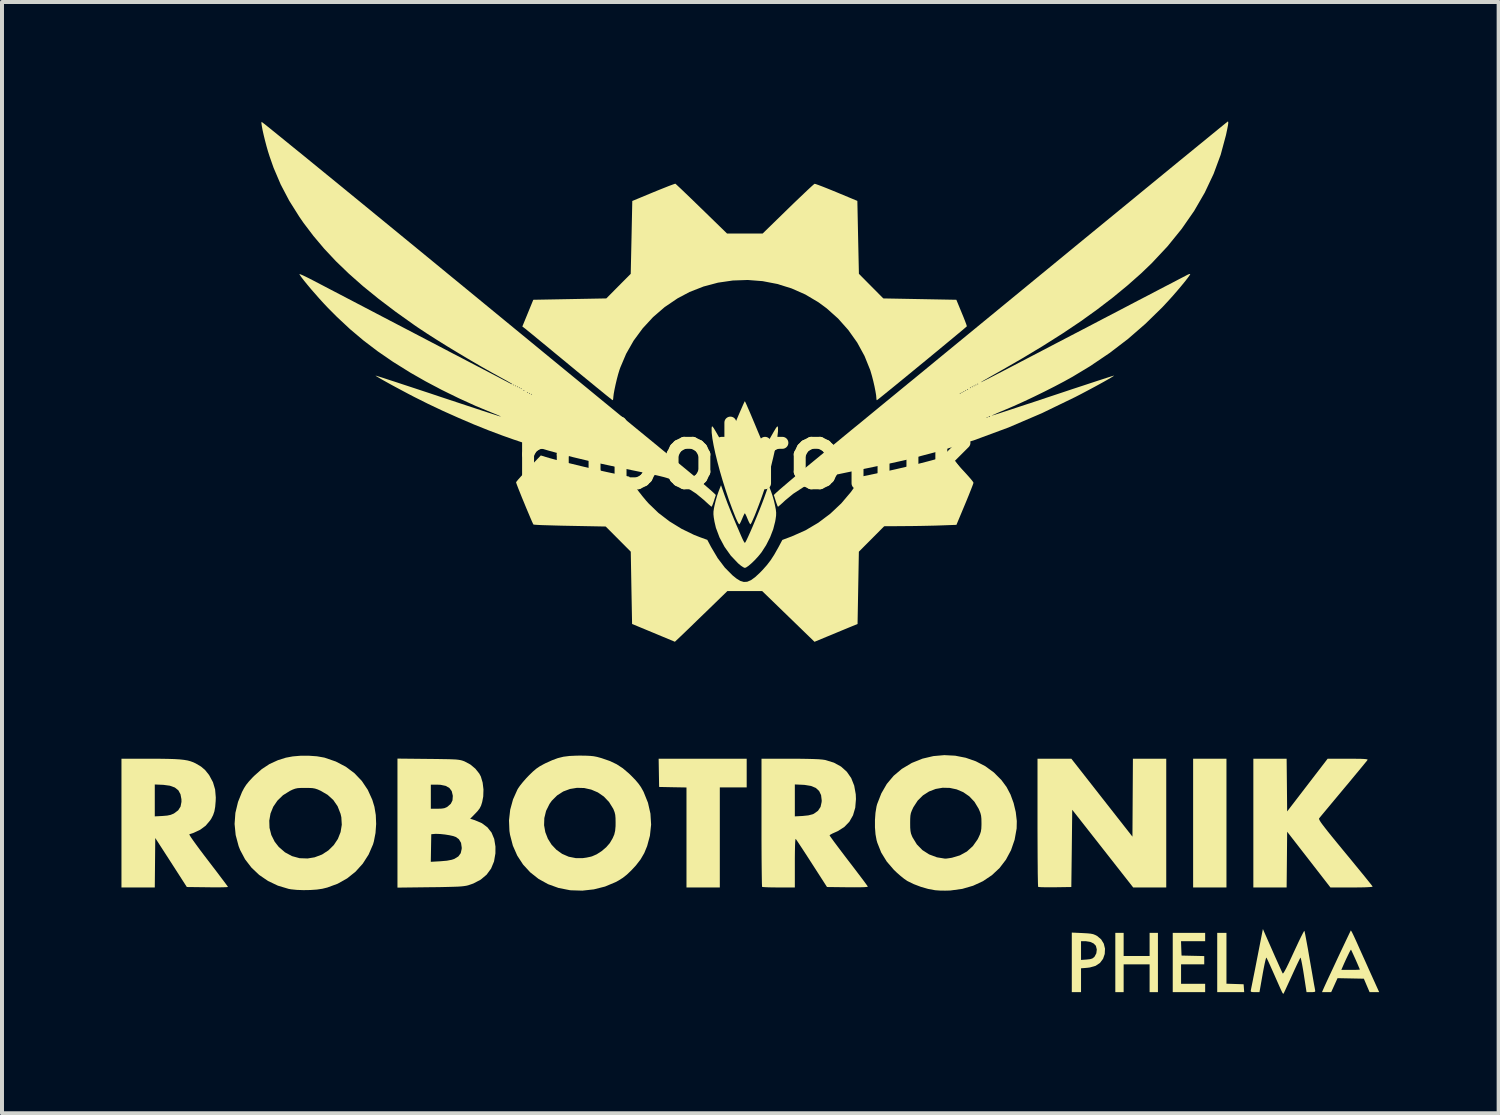
<source format=kicad_pcb>
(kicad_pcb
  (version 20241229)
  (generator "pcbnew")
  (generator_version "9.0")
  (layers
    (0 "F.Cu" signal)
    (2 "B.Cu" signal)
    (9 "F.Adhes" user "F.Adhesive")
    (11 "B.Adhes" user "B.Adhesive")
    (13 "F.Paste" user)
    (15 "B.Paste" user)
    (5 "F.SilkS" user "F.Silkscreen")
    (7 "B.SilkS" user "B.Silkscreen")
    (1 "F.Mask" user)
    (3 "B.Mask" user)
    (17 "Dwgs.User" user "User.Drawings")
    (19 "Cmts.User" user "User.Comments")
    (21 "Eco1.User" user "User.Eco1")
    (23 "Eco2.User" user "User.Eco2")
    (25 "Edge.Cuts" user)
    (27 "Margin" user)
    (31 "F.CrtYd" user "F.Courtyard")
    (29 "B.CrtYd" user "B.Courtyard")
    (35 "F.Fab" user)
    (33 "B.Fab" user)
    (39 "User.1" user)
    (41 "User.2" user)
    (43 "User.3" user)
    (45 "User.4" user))
  (footprint "robotronik"
    (layer "F.Cu")
    (at 15.654 8.397)
    (property "Reference" "robotronik" (at 0 0 0) (layer "F.SilkS") (effects (font (size 1.524 1.524) (thickness 0.3))))
    (attr board_only exclude_from_pos_files exclude_from_bom)
    (fp_poly (pts (xy 12.095 10.839) (xy 11.258 10.839) (xy 11.258 7.606) (xy 12.095 7.606)) (stroke (width 0) (type solid)) (fill yes) (layer "F.SilkS"))
    (fp_poly (pts (xy 12.095 13.256) (xy 12.526 13.27) (xy 12.533 13.369) (xy 12.54 13.468) (xy 11.863 13.468) (xy 11.863 11.979) (xy 12.095 11.979)) (stroke (width 0) (type solid)) (fill yes) (layer "F.SilkS"))
    (fp_poly (pts (xy 0.047 8.327) (xy -0.628 8.327) (xy -0.628 10.839) (xy -1.465 10.839) (xy -1.465 8.328) (xy -1.808 8.322) (xy -2.152 8.315) (xy -2.158 7.961) (xy -2.164 7.606) (xy 0.047 7.606)) (stroke (width 0) (type solid)) (fill yes) (layer "F.SilkS"))
    (fp_poly (pts (xy 9.513 12.56) (xy 10.165 12.56) (xy 10.165 11.979) (xy 10.374 11.979) (xy 10.374 13.468) (xy 10.165 13.468) (xy 10.165 12.77) (xy 9.513 12.77) (xy 9.513 13.468) (xy 9.304 13.468) (xy 9.304 11.979) (xy 9.513 11.979)) (stroke (width 0) (type solid)) (fill yes) (layer "F.SilkS"))
    (fp_poly (pts (xy 11.56 12.188) (xy 10.954 12.188) (xy 10.96 12.369) (xy 10.967 12.549) (xy 11.537 12.562) (xy 11.537 12.77) (xy 10.955 12.77) (xy 10.955 13.258) (xy 11.56 13.258) (xy 11.56 13.468) (xy 10.746 13.468) (xy 10.746 11.979) (xy 11.56 11.979)) (stroke (width 0) (type solid)) (fill yes) (layer "F.SilkS"))
    (fp_poly (pts (xy 8.967 8.585) (xy 9.734 9.563) (xy 9.74 8.585) (xy 9.746 7.606) (xy 10.583 7.606) (xy 10.583 10.839) (xy 9.753 10.839) (xy 8.988 9.864) (xy 8.222 8.888) (xy 8.211 9.858) (xy 8.199 10.828) (xy 7.791 10.834) (xy 7.657 10.835) (xy 7.54 10.834) (xy 7.448 10.832) (xy 7.387 10.828) (xy 7.366 10.824) (xy 7.364 10.799) (xy 7.361 10.731) (xy 7.359 10.624) (xy 7.356 10.482) (xy 7.355 10.308) (xy 7.353 10.107) (xy 7.352 9.883) (xy 7.351 9.638) (xy 7.35 9.378) (xy 7.35 9.207) (xy 7.35 7.606) (xy 8.2 7.606)) (stroke (width 0) (type solid)) (fill yes) (layer "F.SilkS"))
    (fp_poly (pts (xy 8.477 11.984) (xy 8.598 11.991) (xy 8.684 11.999) (xy 8.747 12.012) (xy 8.799 12.032) (xy 8.847 12.057) (xy 8.947 12.141) (xy 9.014 12.25) (xy 9.045 12.376) (xy 9.038 12.51) (xy 8.996 12.631) (xy 8.919 12.734) (xy 8.809 12.807) (xy 8.665 12.848) (xy 8.593 12.857) (xy 8.443 12.869) (xy 8.443 13.468) (xy 8.211 13.468) (xy 8.211 12.659) (xy 8.443 12.659) (xy 8.586 12.649) (xy 8.673 12.639) (xy 8.728 12.622) (xy 8.769 12.591) (xy 8.784 12.575) (xy 8.827 12.493) (xy 8.839 12.397) (xy 8.817 12.308) (xy 8.815 12.303) (xy 8.76 12.246) (xy 8.674 12.206) (xy 8.567 12.189) (xy 8.549 12.188) (xy 8.443 12.188) (xy 8.443 12.659) (xy 8.211 12.659) (xy 8.211 11.972)) (stroke (width 0) (type solid)) (fill yes) (layer "F.SilkS"))
    (fp_poly (pts (xy 15.231 11.935) (xy 15.259 11.987) (xy 15.298 12.068) (xy 15.346 12.172) (xy 15.382 12.252) (xy 15.443 12.389) (xy 15.517 12.553) (xy 15.597 12.73) (xy 15.675 12.905) (xy 15.732 13.031) (xy 15.93 13.468) (xy 15.809 13.467) (xy 15.689 13.467) (xy 15.617 13.299) (xy 15.545 13.13) (xy 14.884 13.117) (xy 14.805 13.292) (xy 14.725 13.468) (xy 14.494 13.468) (xy 14.548 13.345) (xy 14.582 13.27) (xy 14.629 13.168) (xy 14.687 13.044) (xy 14.75 12.909) (xy 14.979 12.909) (xy 15.212 12.909) (xy 15.309 12.909) (xy 15.387 12.906) (xy 15.435 12.903) (xy 15.445 12.901) (xy 15.436 12.877) (xy 15.412 12.821) (xy 15.379 12.743) (xy 15.34 12.655) (xy 15.3 12.566) (xy 15.264 12.487) (xy 15.237 12.429) (xy 15.223 12.401) (xy 15.222 12.4) (xy 15.21 12.416) (xy 15.182 12.467) (xy 15.144 12.545) (xy 15.098 12.641) (xy 15.049 12.749) (xy 15.012 12.834) (xy 14.979 12.909) (xy 14.75 12.909) (xy 14.752 12.905) (xy 14.822 12.755) (xy 14.893 12.602) (xy 14.964 12.451) (xy 15.032 12.308) (xy 15.093 12.179) (xy 15.145 12.07) (xy 15.185 11.986) (xy 15.21 11.934) (xy 15.218 11.918)) (stroke (width 0) (type solid)) (fill yes) (layer "F.SilkS"))
    (fp_poly (pts (xy 13.613 8.268) (xy 13.619 8.93) (xy 14.636 7.606) (xy 15.146 7.606) (xy 15.318 7.607) (xy 15.449 7.608) (xy 15.541 7.612) (xy 15.601 7.617) (xy 15.633 7.624) (xy 15.64 7.633) (xy 15.639 7.635) (xy 15.621 7.659) (xy 15.576 7.714) (xy 15.508 7.797) (xy 15.42 7.904) (xy 15.315 8.03) (xy 15.198 8.172) (xy 15.07 8.325) (xy 15.039 8.362) (xy 14.909 8.518) (xy 14.787 8.664) (xy 14.678 8.795) (xy 14.584 8.908) (xy 14.508 8.999) (xy 14.455 9.063) (xy 14.427 9.097) (xy 14.425 9.099) (xy 14.42 9.112) (xy 14.424 9.131) (xy 14.438 9.16) (xy 14.464 9.202) (xy 14.506 9.26) (xy 14.565 9.337) (xy 14.643 9.437) (xy 14.744 9.562) (xy 14.869 9.715) (xy 15.021 9.9) (xy 15.076 9.967) (xy 15.216 10.136) (xy 15.346 10.295) (xy 15.464 10.439) (xy 15.567 10.565) (xy 15.651 10.67) (xy 15.715 10.749) (xy 15.754 10.8) (xy 15.766 10.817) (xy 15.747 10.824) (xy 15.683 10.83) (xy 15.58 10.835) (xy 15.44 10.838) (xy 15.267 10.839) (xy 15.24 10.839) (xy 14.706 10.839) (xy 14.163 10.139) (xy 13.619 9.439) (xy 13.613 10.139) (xy 13.606 10.839) (xy 12.77 10.839) (xy 12.77 7.606) (xy 13.606 7.606)) (stroke (width 0) (type solid)) (fill yes) (layer "F.SilkS"))
    (fp_poly (pts (xy 0.66 0.898) (xy 0.696 1.004) (xy 0.732 1.129) (xy 0.759 1.247) (xy 0.76 1.252) (xy 0.779 1.351) (xy 0.787 1.428) (xy 0.785 1.501) (xy 0.773 1.59) (xy 0.762 1.651) (xy 0.713 1.843) (xy 0.635 2.046) (xy 0.534 2.245) (xy 0.419 2.423) (xy 0.41 2.435) (xy 0.334 2.528) (xy 0.25 2.619) (xy 0.166 2.7) (xy 0.091 2.764) (xy 0.031 2.804) (xy 0 2.814) (xy -0.037 2.799) (xy -0.096 2.76) (xy -0.163 2.704) (xy -0.172 2.696) (xy -0.353 2.505) (xy -0.509 2.286) (xy -0.635 2.05) (xy -0.726 1.808) (xy -0.762 1.653) (xy -0.78 1.546) (xy -0.788 1.468) (xy -0.787 1.399) (xy -0.776 1.323) (xy -0.761 1.248) (xy -0.733 1.131) (xy -0.697 1.005) (xy -0.66 0.899) (xy -0.66 0.898) (xy -0.598 0.738) (xy -0.5 1.015) (xy -0.43 1.203) (xy -0.338 1.432) (xy -0.226 1.701) (xy -0.092 2.011) (xy -0.063 2.076) (xy -0.033 2.138) (xy -0.008 2.178) (xy 0.001 2.186) (xy 0.017 2.166) (xy 0.047 2.108) (xy 0.088 2.02) (xy 0.139 1.907) (xy 0.196 1.776) (xy 0.256 1.633) (xy 0.317 1.485) (xy 0.377 1.337) (xy 0.432 1.197) (xy 0.48 1.07) (xy 0.5 1.015) (xy 0.598 0.738)) (stroke (width 0) (type solid)) (fill yes) (layer "F.SilkS"))
    (fp_poly (pts (xy -14.927 7.606) (xy -14.687 7.607) (xy -14.489 7.61) (xy -14.325 7.615) (xy -14.192 7.623) (xy -14.083 7.635) (xy -13.994 7.65) (xy -13.917 7.671) (xy -13.849 7.696) (xy -13.79 7.724) (xy -13.656 7.803) (xy -13.552 7.892) (xy -13.46 8.007) (xy -13.448 8.025) (xy -13.356 8.196) (xy -13.302 8.378) (xy -13.285 8.58) (xy -13.288 8.668) (xy -13.3 8.814) (xy -13.32 8.927) (xy -13.352 9.021) (xy -13.398 9.111) (xy -13.428 9.156) (xy -13.539 9.288) (xy -13.68 9.392) (xy -13.855 9.473) (xy -13.95 9.503) (xy -13.943 9.523) (xy -13.911 9.576) (xy -13.855 9.657) (xy -13.778 9.764) (xy -13.683 9.893) (xy -13.573 10.039) (xy -13.479 10.162) (xy -13.363 10.314) (xy -13.256 10.453) (xy -13.163 10.577) (xy -13.085 10.68) (xy -13.026 10.759) (xy -12.99 10.809) (xy -12.979 10.826) (xy -13.001 10.83) (xy -13.063 10.833) (xy -13.159 10.835) (xy -13.281 10.835) (xy -13.423 10.835) (xy -13.495 10.834) (xy -14.012 10.828) (xy -14.408 10.212) (xy -14.805 9.597) (xy -14.811 10.218) (xy -14.817 10.839) (xy -15.654 10.839) (xy -15.654 8.253) (xy -14.817 8.253) (xy -14.817 9.054) (xy -14.624 9.044) (xy -14.506 9.034) (xy -14.419 9.016) (xy -14.346 8.986) (xy -14.33 8.977) (xy -14.23 8.902) (xy -14.17 8.808) (xy -14.147 8.69) (xy -14.148 8.623) (xy -14.172 8.497) (xy -14.226 8.399) (xy -14.314 8.329) (xy -14.438 8.284) (xy -14.601 8.262) (xy -14.625 8.261) (xy -14.817 8.253) (xy -15.654 8.253) (xy -15.654 7.606)) (stroke (width 0) (type solid)) (fill yes) (layer "F.SilkS"))
    (fp_poly (pts (xy -7.949 7.611) (xy -7.738 7.613) (xy -7.569 7.616) (xy -7.434 7.618) (xy -7.33 7.622) (xy -7.25 7.626) (xy -7.189 7.633) (xy -7.141 7.641) (xy -7.101 7.651) (xy -7.063 7.664) (xy -7.037 7.674) (xy -6.893 7.751) (xy -6.766 7.857) (xy -6.668 7.98) (xy -6.629 8.053) (xy -6.584 8.205) (xy -6.563 8.378) (xy -6.569 8.556) (xy -6.595 8.693) (xy -6.623 8.783) (xy -6.659 8.854) (xy -6.712 8.923) (xy -6.767 8.981) (xy -6.897 9.114) (xy -6.78 9.15) (xy -6.603 9.225) (xy -6.464 9.329) (xy -6.36 9.461) (xy -6.293 9.622) (xy -6.262 9.812) (xy -6.263 9.983) (xy -6.298 10.186) (xy -6.372 10.365) (xy -6.484 10.518) (xy -6.633 10.643) (xy -6.818 10.74) (xy -6.945 10.784) (xy -6.99 10.795) (xy -7.045 10.804) (xy -7.114 10.812) (xy -7.203 10.818) (xy -7.317 10.822) (xy -7.462 10.826) (xy -7.641 10.83) (xy -7.861 10.833) (xy -7.903 10.833) (xy -8.723 10.843) (xy -8.723 10.195) (xy -7.886 10.195) (xy -7.642 10.181) (xy -7.481 10.167) (xy -7.361 10.144) (xy -7.295 10.122) (xy -7.194 10.06) (xy -7.134 9.978) (xy -7.11 9.87) (xy -7.109 9.839) (xy -7.126 9.719) (xy -7.18 9.628) (xy -7.257 9.572) (xy -7.323 9.548) (xy -7.419 9.527) (xy -7.532 9.509) (xy -7.646 9.497) (xy -7.746 9.493) (xy -7.782 9.494) (xy -7.874 9.502) (xy -7.886 10.195) (xy -8.723 10.195) (xy -8.723 8.862) (xy -7.885 8.862) (xy -7.714 8.862) (xy -7.614 8.859) (xy -7.545 8.848) (xy -7.49 8.825) (xy -7.464 8.809) (xy -7.383 8.737) (xy -7.341 8.652) (xy -7.333 8.544) (xy -7.334 8.53) (xy -7.36 8.421) (xy -7.419 8.341) (xy -7.512 8.288) (xy -7.641 8.261) (xy -7.733 8.257) (xy -7.885 8.257) (xy -7.885 8.862) (xy -8.723 8.862) (xy -8.723 7.603)) (stroke (width 0) (type solid)) (fill yes) (layer "F.SilkS"))
    (fp_poly (pts (xy -10.745 7.545) (xy -10.569 7.576) (xy -10.548 7.581) (xy -10.27 7.677) (xy -10.021 7.807) (xy -9.803 7.97) (xy -9.618 8.164) (xy -9.468 8.388) (xy -9.354 8.639) (xy -9.301 8.815) (xy -9.267 9.02) (xy -9.258 9.245) (xy -9.274 9.471) (xy -9.315 9.682) (xy -9.337 9.758) (xy -9.447 10.012) (xy -9.594 10.241) (xy -9.775 10.442) (xy -9.986 10.611) (xy -10.224 10.745) (xy -10.485 10.841) (xy -10.611 10.872) (xy -10.748 10.892) (xy -10.911 10.903) (xy -11.084 10.906) (xy -11.252 10.9) (xy -11.398 10.885) (xy -11.458 10.874) (xy -11.725 10.794) (xy -11.972 10.677) (xy -12.195 10.525) (xy -12.388 10.342) (xy -12.549 10.133) (xy -12.673 9.9) (xy -12.712 9.8) (xy -12.786 9.522) (xy -12.813 9.244) (xy -12.807 9.161) (xy -11.942 9.161) (xy -11.936 9.342) (xy -11.891 9.521) (xy -11.805 9.692) (xy -11.704 9.821) (xy -11.547 9.957) (xy -11.371 10.052) (xy -11.181 10.104) (xy -10.98 10.111) (xy -10.803 10.082) (xy -10.617 10.012) (xy -10.456 9.907) (xy -10.322 9.775) (xy -10.219 9.62) (xy -10.151 9.448) (xy -10.121 9.265) (xy -10.132 9.076) (xy -10.152 8.989) (xy -10.226 8.8) (xy -10.334 8.643) (xy -10.477 8.513) (xy -10.652 8.411) (xy -10.728 8.377) (xy -10.792 8.356) (xy -10.859 8.344) (xy -10.945 8.34) (xy -11.037 8.339) (xy -11.148 8.34) (xy -11.228 8.345) (xy -11.291 8.358) (xy -11.354 8.381) (xy -11.425 8.415) (xy -11.598 8.523) (xy -11.737 8.658) (xy -11.842 8.812) (xy -11.911 8.982) (xy -11.942 9.161) (xy -12.807 9.161) (xy -12.793 8.967) (xy -12.727 8.692) (xy -12.627 8.443) (xy -12.576 8.346) (xy -12.523 8.263) (xy -12.457 8.181) (xy -12.371 8.087) (xy -12.318 8.034) (xy -12.131 7.868) (xy -11.937 7.74) (xy -11.725 7.643) (xy -11.525 7.58) (xy -11.353 7.548) (xy -11.154 7.531) (xy -10.946 7.531)) (stroke (width 0) (type solid)) (fill yes) (layer "F.SilkS"))
    (fp_poly (pts (xy 13.249 12.425) (xy 13.315 12.575) (xy 13.376 12.71) (xy 13.428 12.827) (xy 13.469 12.918) (xy 13.497 12.978) (xy 13.508 13) (xy 13.523 12.992) (xy 13.553 12.945) (xy 13.6 12.858) (xy 13.663 12.729) (xy 13.742 12.559) (xy 13.782 12.472) (xy 13.851 12.324) (xy 13.913 12.191) (xy 13.967 12.08) (xy 14.01 11.996) (xy 14.039 11.943) (xy 14.051 11.928) (xy 14.059 11.954) (xy 14.073 12.02) (xy 14.092 12.121) (xy 14.116 12.251) (xy 14.144 12.403) (xy 14.173 12.574) (xy 14.187 12.653) (xy 14.218 12.832) (xy 14.247 12.997) (xy 14.272 13.143) (xy 14.293 13.264) (xy 14.31 13.354) (xy 14.319 13.406) (xy 14.321 13.415) (xy 14.325 13.446) (xy 14.309 13.462) (xy 14.263 13.467) (xy 14.22 13.468) (xy 14.106 13.468) (xy 14.038 13.026) (xy 14.016 12.89) (xy 13.995 12.773) (xy 13.977 12.682) (xy 13.963 12.622) (xy 13.953 12.601) (xy 13.952 12.601) (xy 13.938 12.627) (xy 13.908 12.688) (xy 13.864 12.779) (xy 13.811 12.893) (xy 13.752 13.022) (xy 13.734 13.061) (xy 13.674 13.193) (xy 13.62 13.31) (xy 13.576 13.406) (xy 13.544 13.474) (xy 13.527 13.508) (xy 13.526 13.51) (xy 13.51 13.499) (xy 13.495 13.475) (xy 13.479 13.441) (xy 13.447 13.372) (xy 13.404 13.275) (xy 13.352 13.158) (xy 13.295 13.028) (xy 13.294 13.026) (xy 13.237 12.898) (xy 13.186 12.784) (xy 13.144 12.692) (xy 13.113 12.629) (xy 13.098 12.6) (xy 13.097 12.6) (xy 13.088 12.616) (xy 13.073 12.671) (xy 13.053 12.759) (xy 13.03 12.873) (xy 13.005 13.007) (xy 13.002 13.025) (xy 12.924 13.468) (xy 12.81 13.468) (xy 12.742 13.466) (xy 12.71 13.457) (xy 12.704 13.436) (xy 12.708 13.415) (xy 12.715 13.38) (xy 12.73 13.305) (xy 12.752 13.197) (xy 12.779 13.06) (xy 12.811 12.901) (xy 12.845 12.726) (xy 12.865 12.623) (xy 13.01 11.883)) (stroke (width 0) (type solid)) (fill yes) (layer "F.SilkS"))
    (fp_poly (pts (xy 1.146 7.606) (xy 1.38 7.607) (xy 1.573 7.61) (xy 1.728 7.614) (xy 1.85 7.619) (xy 1.944 7.627) (xy 2.013 7.637) (xy 2.027 7.64) (xy 2.237 7.705) (xy 2.416 7.803) (xy 2.561 7.933) (xy 2.672 8.093) (xy 2.747 8.282) (xy 2.786 8.499) (xy 2.791 8.619) (xy 2.773 8.837) (xy 2.717 9.027) (xy 2.625 9.189) (xy 2.496 9.322) (xy 2.331 9.426) (xy 2.266 9.455) (xy 2.195 9.487) (xy 2.145 9.515) (xy 2.128 9.531) (xy 2.142 9.553) (xy 2.181 9.608) (xy 2.241 9.691) (xy 2.321 9.798) (xy 2.415 9.923) (xy 2.522 10.064) (xy 2.605 10.173) (xy 2.719 10.321) (xy 2.823 10.458) (xy 2.915 10.579) (xy 2.991 10.68) (xy 3.047 10.757) (xy 3.081 10.804) (xy 3.09 10.817) (xy 3.07 10.825) (xy 3.006 10.831) (xy 2.899 10.834) (xy 2.752 10.835) (xy 2.581 10.834) (xy 2.064 10.828) (xy 1.682 10.234) (xy 1.586 10.085) (xy 1.497 9.948) (xy 1.419 9.829) (xy 1.355 9.732) (xy 1.308 9.662) (xy 1.282 9.624) (xy 1.278 9.619) (xy 1.271 9.635) (xy 1.265 9.694) (xy 1.261 9.794) (xy 1.258 9.933) (xy 1.256 10.108) (xy 1.256 10.218) (xy 1.256 10.839) (xy 0.853 10.839) (xy 0.72 10.838) (xy 0.604 10.836) (xy 0.513 10.832) (xy 0.453 10.828) (xy 0.434 10.824) (xy 0.432 10.798) (xy 0.429 10.73) (xy 0.427 10.623) (xy 0.425 10.481) (xy 0.423 10.308) (xy 0.421 10.107) (xy 0.42 9.883) (xy 0.419 9.638) (xy 0.419 9.378) (xy 0.419 9.207) (xy 0.419 8.252) (xy 1.256 8.252) (xy 1.256 9.054) (xy 1.45 9.044) (xy 1.594 9.029) (xy 1.701 9.002) (xy 1.735 8.987) (xy 1.838 8.913) (xy 1.902 8.816) (xy 1.929 8.693) (xy 1.931 8.653) (xy 1.915 8.52) (xy 1.866 8.417) (xy 1.783 8.34) (xy 1.663 8.29) (xy 1.504 8.264) (xy 1.461 8.261) (xy 1.256 8.252) (xy 0.419 8.252) (xy 0.419 7.606)) (stroke (width 0) (type solid)) (fill yes) (layer "F.SilkS"))
    (fp_poly (pts (xy 0.012 -1.351) (xy 0.039 -1.293) (xy 0.078 -1.203) (xy 0.129 -1.087) (xy 0.187 -0.949) (xy 0.251 -0.797) (xy 0.254 -0.79) (xy 0.317 -0.638) (xy 0.375 -0.5) (xy 0.425 -0.384) (xy 0.464 -0.294) (xy 0.49 -0.236) (xy 0.501 -0.215) (xy 0.501 -0.215) (xy 0.513 -0.236) (xy 0.545 -0.29) (xy 0.591 -0.37) (xy 0.647 -0.467) (xy 0.666 -0.5) (xy 0.729 -0.61) (xy 0.773 -0.684) (xy 0.802 -0.726) (xy 0.819 -0.74) (xy 0.828 -0.732) (xy 0.833 -0.705) (xy 0.833 -0.699) (xy 0.833 -0.614) (xy 0.819 -0.492) (xy 0.794 -0.339) (xy 0.759 -0.161) (xy 0.715 0.034) (xy 0.665 0.24) (xy 0.609 0.45) (xy 0.549 0.657) (xy 0.498 0.822) (xy 0.452 0.957) (xy 0.402 1.099) (xy 0.349 1.241) (xy 0.297 1.376) (xy 0.249 1.498) (xy 0.205 1.599) (xy 0.171 1.674) (xy 0.147 1.715) (xy 0.141 1.721) (xy 0.124 1.701) (xy 0.097 1.649) (xy 0.068 1.582) (xy 0.038 1.51) (xy 0.013 1.46) (xy 0 1.442) (xy -0.014 1.462) (xy -0.039 1.514) (xy -0.068 1.582) (xy -0.099 1.653) (xy -0.125 1.704) (xy -0.141 1.721) (xy -0.157 1.701) (xy -0.186 1.648) (xy -0.221 1.572) (xy -0.234 1.541) (xy -0.317 1.331) (xy -0.4 1.105) (xy -0.479 0.869) (xy -0.555 0.628) (xy -0.625 0.388) (xy -0.687 0.156) (xy -0.741 -0.063) (xy -0.784 -0.264) (xy -0.815 -0.439) (xy -0.832 -0.583) (xy -0.834 -0.69) (xy -0.833 -0.699) (xy -0.829 -0.729) (xy -0.821 -0.741) (xy -0.806 -0.73) (xy -0.779 -0.693) (xy -0.738 -0.625) (xy -0.678 -0.521) (xy -0.666 -0.5) (xy -0.607 -0.399) (xy -0.558 -0.313) (xy -0.521 -0.25) (xy -0.502 -0.218) (xy -0.501 -0.215) (xy -0.491 -0.234) (xy -0.466 -0.291) (xy -0.427 -0.379) (xy -0.378 -0.494) (xy -0.321 -0.631) (xy -0.257 -0.783) (xy -0.254 -0.791) (xy -0.19 -0.944) (xy -0.131 -1.082) (xy -0.08 -1.199) (xy -0.04 -1.29) (xy -0.012 -1.35) (xy -0.000146 -1.372) (xy 0 -1.372)) (stroke (width 0) (type solid)) (fill yes) (layer "F.SilkS"))
    (fp_poly (pts (xy 5.283 7.53) (xy 5.548 7.582) (xy 5.802 7.671) (xy 6.039 7.794) (xy 6.255 7.952) (xy 6.444 8.142) (xy 6.573 8.317) (xy 6.672 8.505) (xy 6.75 8.719) (xy 6.804 8.946) (xy 6.83 9.17) (xy 6.826 9.358) (xy 6.775 9.642) (xy 6.685 9.903) (xy 6.558 10.14) (xy 6.397 10.351) (xy 6.203 10.532) (xy 5.981 10.681) (xy 5.732 10.796) (xy 5.459 10.875) (xy 5.165 10.915) (xy 5.152 10.916) (xy 5.03 10.919) (xy 4.9 10.917) (xy 4.787 10.909) (xy 4.772 10.907) (xy 4.604 10.876) (xy 4.42 10.823) (xy 4.241 10.755) (xy 4.086 10.679) (xy 4.076 10.673) (xy 4.004 10.624) (xy 3.913 10.551) (xy 3.816 10.466) (xy 3.744 10.397) (xy 3.564 10.188) (xy 3.425 9.962) (xy 3.327 9.715) (xy 3.309 9.653) (xy 3.282 9.505) (xy 3.268 9.33) (xy 3.268 9.222) (xy 4.152 9.222) (xy 4.153 9.337) (xy 4.16 9.42) (xy 4.173 9.485) (xy 4.197 9.548) (xy 4.213 9.583) (xy 4.32 9.758) (xy 4.46 9.901) (xy 4.629 10.009) (xy 4.824 10.082) (xy 5.026 10.115) (xy 5.067 10.113) (xy 5.137 10.103) (xy 5.2 10.093) (xy 5.401 10.033) (xy 5.577 9.936) (xy 5.726 9.801) (xy 5.844 9.634) (xy 5.87 9.583) (xy 5.906 9.503) (xy 5.928 9.435) (xy 5.939 9.361) (xy 5.943 9.266) (xy 5.943 9.223) (xy 5.941 9.114) (xy 5.933 9.035) (xy 5.915 8.966) (xy 5.884 8.89) (xy 5.869 8.857) (xy 5.766 8.687) (xy 5.636 8.55) (xy 5.485 8.446) (xy 5.32 8.376) (xy 5.146 8.339) (xy 4.968 8.335) (xy 4.793 8.365) (xy 4.626 8.429) (xy 4.473 8.527) (xy 4.341 8.658) (xy 4.233 8.824) (xy 4.228 8.834) (xy 4.193 8.91) (xy 4.17 8.972) (xy 4.158 9.036) (xy 4.153 9.117) (xy 4.152 9.222) (xy 3.268 9.222) (xy 3.268 9.145) (xy 3.281 8.965) (xy 3.307 8.806) (xy 3.323 8.746) (xy 3.428 8.477) (xy 3.565 8.24) (xy 3.736 8.036) (xy 3.942 7.862) (xy 4.183 7.718) (xy 4.198 7.71) (xy 4.463 7.604) (xy 4.735 7.54) (xy 5.01 7.516)) (stroke (width 0) (type solid)) (fill yes) (layer "F.SilkS"))
    (fp_poly (pts (xy -3.988 7.53) (xy -3.881 7.535) (xy -3.794 7.544) (xy -3.712 7.56) (xy -3.624 7.584) (xy -3.594 7.593) (xy -3.391 7.663) (xy -3.22 7.744) (xy -3.065 7.845) (xy -2.912 7.975) (xy -2.849 8.036) (xy -2.746 8.142) (xy -2.67 8.232) (xy -2.609 8.318) (xy -2.555 8.414) (xy -2.54 8.443) (xy -2.432 8.712) (xy -2.37 8.985) (xy -2.353 9.261) (xy -2.383 9.54) (xy -2.453 9.8) (xy -2.525 9.975) (xy -2.616 10.132) (xy -2.734 10.285) (xy -2.849 10.409) (xy -2.96 10.515) (xy -3.062 10.596) (xy -3.173 10.666) (xy -3.248 10.706) (xy -3.51 10.816) (xy -3.791 10.887) (xy -4.081 10.919) (xy -4.371 10.91) (xy -4.396 10.907) (xy -4.68 10.851) (xy -4.942 10.756) (xy -5.18 10.624) (xy -5.389 10.459) (xy -5.569 10.263) (xy -5.715 10.039) (xy -5.825 9.789) (xy -5.896 9.516) (xy -5.911 9.42) (xy -5.917 9.276) (xy -5.041 9.276) (xy -5.01 9.451) (xy -4.946 9.615) (xy -4.853 9.764) (xy -4.732 9.892) (xy -4.588 9.995) (xy -4.423 10.067) (xy -4.24 10.103) (xy -4.074 10.103) (xy -3.975 10.089) (xy -3.872 10.067) (xy -3.838 10.058) (xy -3.719 10.006) (xy -3.595 9.926) (xy -3.481 9.829) (xy -3.393 9.728) (xy -3.381 9.709) (xy -3.318 9.601) (xy -3.278 9.508) (xy -3.256 9.413) (xy -3.246 9.299) (xy -3.245 9.211) (xy -3.247 9.098) (xy -3.254 9.016) (xy -3.27 8.949) (xy -3.296 8.882) (xy -3.305 8.862) (xy -3.409 8.694) (xy -3.539 8.557) (xy -3.691 8.452) (xy -3.858 8.381) (xy -4.034 8.342) (xy -4.214 8.337) (xy -4.391 8.366) (xy -4.56 8.429) (xy -4.714 8.528) (xy -4.848 8.662) (xy -4.904 8.741) (xy -4.991 8.916) (xy -5.035 9.096) (xy -5.041 9.276) (xy -5.917 9.276) (xy -5.922 9.155) (xy -5.892 8.887) (xy -5.821 8.628) (xy -5.713 8.386) (xy -5.695 8.354) (xy -5.646 8.283) (xy -5.574 8.193) (xy -5.489 8.096) (xy -5.42 8.024) (xy -5.32 7.927) (xy -5.235 7.855) (xy -5.15 7.797) (xy -5.05 7.742) (xy -5.001 7.717) (xy -4.839 7.644) (xy -4.696 7.591) (xy -4.555 7.556) (xy -4.404 7.537) (xy -4.228 7.529) (xy -4.129 7.528)) (stroke (width 0) (type solid)) (fill yes) (layer "F.SilkS"))
    (fp_poly (pts (xy -1.723 -6.816) (xy -1.674 -6.77) (xy -1.598 -6.699) (xy -1.5 -6.605) (xy -1.384 -6.494) (xy -1.253 -6.367) (xy -1.112 -6.23) (xy -1.086 -6.205) (xy -0.446 -5.582) (xy 0.447 -5.582) (xy 1.086 -6.205) (xy 1.229 -6.344) (xy 1.363 -6.472) (xy 1.483 -6.586) (xy 1.585 -6.683) (xy 1.667 -6.759) (xy 1.723 -6.809) (xy 1.751 -6.831) (xy 1.752 -6.832) (xy 1.781 -6.825) (xy 1.845 -6.802) (xy 1.941 -6.766) (xy 2.06 -6.719) (xy 2.198 -6.663) (xy 2.303 -6.62) (xy 2.826 -6.402) (xy 2.845 -5.486) (xy 2.865 -4.571) (xy 3.171 -4.262) (xy 3.478 -3.953) (xy 4.395 -3.936) (xy 5.312 -3.919) (xy 5.446 -3.594) (xy 5.493 -3.48) (xy 5.532 -3.381) (xy 5.56 -3.306) (xy 5.574 -3.261) (xy 5.576 -3.253) (xy 5.557 -3.236) (xy 5.507 -3.193) (xy 5.428 -3.126) (xy 5.324 -3.04) (xy 5.199 -2.936) (xy 5.056 -2.818) (xy 4.9 -2.689) (xy 4.734 -2.552) (xy 4.562 -2.41) (xy 4.387 -2.267) (xy 4.213 -2.124) (xy 4.045 -1.986) (xy 3.885 -1.855) (xy 3.738 -1.735) (xy 3.606 -1.628) (xy 3.495 -1.538) (xy 3.407 -1.467) (xy 3.346 -1.419) (xy 3.317 -1.397) (xy 3.315 -1.396) (xy 3.306 -1.416) (xy 3.303 -1.456) (xy 3.297 -1.524) (xy 3.28 -1.624) (xy 3.256 -1.746) (xy 3.226 -1.877) (xy 3.193 -2.005) (xy 3.16 -2.118) (xy 3.149 -2.154) (xy 3.006 -2.508) (xy 2.822 -2.845) (xy 2.599 -3.159) (xy 2.342 -3.448) (xy 2.054 -3.705) (xy 1.849 -3.856) (xy 1.521 -4.051) (xy 1.175 -4.204) (xy 0.815 -4.316) (xy 0.447 -4.387) (xy 0.073 -4.416) (xy -0.301 -4.403) (xy -0.673 -4.349) (xy -1.037 -4.252) (xy -1.389 -4.114) (xy -1.69 -3.954) (xy -2.012 -3.736) (xy -2.304 -3.484) (xy -2.565 -3.201) (xy -2.792 -2.893) (xy -2.981 -2.561) (xy -3.129 -2.212) (xy -3.149 -2.154) (xy -3.181 -2.049) (xy -3.214 -1.924) (xy -3.245 -1.793) (xy -3.272 -1.667) (xy -3.292 -1.558) (xy -3.302 -1.476) (xy -3.303 -1.456) (xy -3.309 -1.412) (xy -3.32 -1.397) (xy -3.341 -1.412) (xy -3.394 -1.454) (xy -3.477 -1.52) (xy -3.586 -1.609) (xy -3.718 -1.716) (xy -3.87 -1.841) (xy -4.039 -1.979) (xy -4.222 -2.129) (xy -4.408 -2.283) (xy -4.602 -2.443) (xy -4.787 -2.595) (xy -4.958 -2.737) (xy -5.114 -2.865) (xy -5.25 -2.977) (xy -5.363 -3.07) (xy -5.451 -3.141) (xy -5.508 -3.188) (xy -5.533 -3.207) (xy -5.587 -3.248) (xy -5.449 -3.584) (xy -5.312 -3.919) (xy -4.395 -3.936) (xy -3.478 -3.953) (xy -3.172 -4.262) (xy -2.865 -4.571) (xy -2.845 -5.486) (xy -2.826 -6.4) (xy -2.294 -6.621) (xy -2.147 -6.681) (xy -2.014 -6.734) (xy -1.901 -6.779) (xy -1.814 -6.811) (xy -1.76 -6.83) (xy -1.744 -6.834)) (stroke (width 0) (type solid)) (fill yes) (layer "F.SilkS"))
    (fp_poly (pts (xy -4.994 0.03) (xy -4.899 0.058) (xy -4.767 0.094) (xy -4.605 0.136) (xy -4.422 0.182) (xy -4.226 0.23) (xy -4.023 0.279) (xy -3.824 0.326) (xy -3.634 0.369) (xy -3.463 0.407) (xy -3.341 0.433) (xy -2.903 0.522) (xy -2.861 0.606) (xy -2.815 0.683) (xy -2.745 0.785) (xy -2.661 0.9) (xy -2.568 1.018) (xy -2.476 1.129) (xy -2.411 1.201) (xy -2.17 1.433) (xy -1.893 1.645) (xy -1.591 1.831) (xy -1.275 1.985) (xy -1.116 2.047) (xy -0.942 2.11) (xy -0.849 2.286) (xy -0.681 2.57) (xy -0.5 2.809) (xy -0.306 3.004) (xy -0.205 3.085) (xy -0.113 3.141) (xy -0.026 3.167) (xy 0.061 3.162) (xy 0.154 3.122) (xy 0.257 3.048) (xy 0.378 2.936) (xy 0.444 2.868) (xy 0.555 2.743) (xy 0.651 2.618) (xy 0.741 2.478) (xy 0.836 2.31) (xy 0.849 2.287) (xy 0.942 2.112) (xy 1.184 2.021) (xy 1.522 1.871) (xy 1.845 1.68) (xy 2.148 1.452) (xy 2.423 1.193) (xy 2.666 0.906) (xy 2.776 0.75) (xy 2.927 0.521) (xy 3.295 0.445) (xy 3.538 0.393) (xy 3.802 0.334) (xy 4.074 0.27) (xy 4.34 0.205) (xy 4.589 0.141) (xy 4.807 0.082) (xy 4.825 0.077) (xy 5.125 -0.007) (xy 5.434 0.316) (xy 5.53 0.419) (xy 5.614 0.512) (xy 5.681 0.589) (xy 5.725 0.645) (xy 5.742 0.674) (xy 5.742 0.675) (xy 5.734 0.705) (xy 5.709 0.772) (xy 5.671 0.869) (xy 5.623 0.99) (xy 5.567 1.127) (xy 5.528 1.221) (xy 5.314 1.733) (xy 4.931 1.747) (xy 4.784 1.752) (xy 4.607 1.756) (xy 4.412 1.76) (xy 4.215 1.763) (xy 4.031 1.764) (xy 4.024 1.765) (xy 3.5 1.768) (xy 3.182 2.088) (xy 2.864 2.407) (xy 2.831 4.223) (xy 2.596 4.319) (xy 2.48 4.367) (xy 2.34 4.425) (xy 2.192 4.487) (xy 2.056 4.543) (xy 1.75 4.67) (xy 1.093 4.033) (xy 0.436 3.396) (xy -0.438 3.396) (xy -0.969 3.912) (xy -1.106 4.044) (xy -1.238 4.172) (xy -1.36 4.291) (xy -1.467 4.394) (xy -1.553 4.477) (xy -1.613 4.534) (xy -1.628 4.548) (xy -1.756 4.669) (xy -2.294 4.445) (xy -2.831 4.222) (xy -2.848 3.315) (xy -2.864 2.407) (xy -3.493 1.775) (xy -4.392 1.758) (xy -4.593 1.754) (xy -4.778 1.749) (xy -4.944 1.744) (xy -5.085 1.74) (xy -5.195 1.735) (xy -5.271 1.73) (xy -5.306 1.726) (xy -5.308 1.725) (xy -5.322 1.699) (xy -5.35 1.637) (xy -5.389 1.547) (xy -5.436 1.435) (xy -5.489 1.31) (xy -5.543 1.178) (xy -5.597 1.048) (xy -5.646 0.925) (xy -5.689 0.818) (xy -5.721 0.734) (xy -5.74 0.681) (xy -5.744 0.665) (xy -5.729 0.641) (xy -5.686 0.589) (xy -5.62 0.515) (xy -5.537 0.425) (xy -5.441 0.323) (xy -5.433 0.315) (xy -5.123 -0.01)) (stroke (width 0) (type solid)) (fill yes) (layer "F.SilkS"))
    (fp_poly (pts (xy -12.117 -8.374) (xy -12.063 -8.333) (xy -11.977 -8.264) (xy -11.859 -8.169) (xy -11.712 -8.05) (xy -11.536 -7.907) (xy -11.333 -7.742) (xy -11.104 -7.557) (xy -10.852 -7.351) (xy -10.578 -7.127) (xy -10.282 -6.886) (xy -9.967 -6.628) (xy -9.634 -6.356) (xy -9.285 -6.07) (xy -8.921 -5.772) (xy -8.544 -5.463) (xy -8.155 -5.144) (xy -7.755 -4.816) (xy -7.495 -4.602) (xy -7.074 -4.257) (xy -6.655 -3.913) (xy -6.24 -3.572) (xy -5.831 -3.236) (xy -5.429 -2.906) (xy -5.037 -2.584) (xy -4.656 -2.271) (xy -4.289 -1.97) (xy -3.937 -1.682) (xy -3.604 -1.408) (xy -3.289 -1.15) (xy -2.997 -0.91) (xy -2.728 -0.689) (xy -2.485 -0.49) (xy -2.269 -0.313) (xy -2.083 -0.16) (xy -1.929 -0.034) (xy -1.808 0.065) (xy -1.793 0.078) (xy -1.6 0.237) (xy -1.418 0.387) (xy -1.251 0.526) (xy -1.102 0.652) (xy -0.973 0.762) (xy -0.869 0.852) (xy -0.791 0.922) (xy -0.743 0.967) (xy -0.728 0.985) (xy -0.74 1.021) (xy -0.761 1.085) (xy -0.78 1.146) (xy -0.805 1.216) (xy -0.825 1.264) (xy -0.836 1.278) (xy -0.857 1.263) (xy -0.904 1.222) (xy -0.969 1.163) (xy -1.019 1.116) (xy -1.222 0.948) (xy -1.47 0.787) (xy -1.76 0.634) (xy -1.77 0.629) (xy -1.827 0.603) (xy -1.886 0.579) (xy -1.952 0.557) (xy -2.031 0.534) (xy -2.128 0.51) (xy -2.25 0.482) (xy -2.401 0.449) (xy -2.587 0.411) (xy -2.768 0.374) (xy -3.207 0.284) (xy -3.607 0.198) (xy -3.972 0.115) (xy -4.311 0.034) (xy -4.629 -0.048) (xy -4.932 -0.132) (xy -5.226 -0.22) (xy -5.519 -0.313) (xy -5.816 -0.413) (xy -6.084 -0.508) (xy -6.432 -0.639) (xy -6.806 -0.789) (xy -7.193 -0.955) (xy -7.58 -1.128) (xy -7.954 -1.305) (xy -8.294 -1.475) (xy -8.446 -1.554) (xy -8.6 -1.636) (xy -8.75 -1.716) (xy -8.892 -1.793) (xy -9.018 -1.863) (xy -9.125 -1.923) (xy -9.207 -1.971) (xy -9.258 -2.002) (xy -9.274 -2.015) (xy -9.251 -2.009) (xy -9.188 -1.99) (xy -9.087 -1.958) (xy -8.953 -1.914) (xy -8.789 -1.861) (xy -8.599 -1.798) (xy -8.386 -1.728) (xy -8.153 -1.651) (xy -7.904 -1.569) (xy -7.699 -1.5) (xy -7.44 -1.414) (xy -7.195 -1.333) (xy -6.966 -1.257) (xy -6.757 -1.188) (xy -6.572 -1.127) (xy -6.414 -1.076) (xy -6.287 -1.035) (xy -6.194 -1.005) (xy -6.139 -0.989) (xy -6.125 -0.985) (xy -6.142 -0.996) (xy -6.194 -1.02) (xy -6.272 -1.052) (xy -6.344 -1.081) (xy -6.754 -1.251) (xy -7.18 -1.445) (xy -7.388 -1.547) (xy -5.373 -1.547) (xy -5.361 -1.535) (xy -5.35 -1.547) (xy -5.361 -1.558) (xy -5.373 -1.547) (xy -7.388 -1.547) (xy -7.436 -1.57) (xy -5.42 -1.57) (xy -5.408 -1.558) (xy -5.396 -1.57) (xy -5.408 -1.582) (xy -5.42 -1.57) (xy -7.436 -1.57) (xy -7.483 -1.593) (xy -5.466 -1.593) (xy -5.454 -1.582) (xy -5.443 -1.593) (xy -5.454 -1.605) (xy -5.466 -1.593) (xy -7.483 -1.593) (xy -7.578 -1.64) (xy -5.559 -1.64) (xy -5.548 -1.628) (xy -5.536 -1.64) (xy -5.548 -1.651) (xy -5.559 -1.64) (xy -7.578 -1.64) (xy -7.607 -1.654) (xy -7.668 -1.686) (xy -5.629 -1.686) (xy -5.617 -1.675) (xy -5.606 -1.686) (xy -5.617 -1.698) (xy -5.629 -1.686) (xy -7.668 -1.686) (xy -7.712 -1.71) (xy -5.675 -1.71) (xy -5.664 -1.698) (xy -5.652 -1.71) (xy -5.664 -1.721) (xy -5.675 -1.71) (xy -7.712 -1.71) (xy -7.756 -1.733) (xy -5.722 -1.733) (xy -5.71 -1.721) (xy -5.699 -1.733) (xy -5.71 -1.745) (xy -5.722 -1.733) (xy -7.756 -1.733) (xy -7.8 -1.756) (xy -5.768 -1.756) (xy -5.757 -1.745) (xy -5.745 -1.756) (xy -5.757 -1.768) (xy -5.768 -1.756) (xy -7.8 -1.756) (xy -7.844 -1.779) (xy -5.815 -1.779) (xy -5.803 -1.768) (xy -5.792 -1.779) (xy -5.803 -1.791) (xy -5.815 -1.779) (xy -7.844 -1.779) (xy -8.019 -1.872) (xy -8.401 -2.09) (xy -8.42 -2.102) (xy -8.838 -2.363) (xy -9.219 -2.625) (xy -9.574 -2.895) (xy -9.912 -3.18) (xy -10.242 -3.488) (xy -10.468 -3.715) (xy -10.57 -3.823) (xy -10.678 -3.941) (xy -10.786 -4.064) (xy -10.892 -4.185) (xy -10.988 -4.3) (xy -11.07 -4.401) (xy -11.134 -4.484) (xy -11.175 -4.542) (xy -11.185 -4.563) (xy -11.169 -4.562) (xy -11.118 -4.541) (xy -11.038 -4.504) (xy -10.937 -4.454) (xy -10.836 -4.402) (xy -10.302 -4.123) (xy -9.808 -3.865) (xy -9.351 -3.626) (xy -8.932 -3.407) (xy -8.547 -3.206) (xy -8.196 -3.023) (xy -7.877 -2.856) (xy -7.588 -2.705) (xy -7.329 -2.569) (xy -7.096 -2.448) (xy -6.89 -2.34) (xy -6.708 -2.245) (xy -6.549 -2.162) (xy -6.411 -2.09) (xy -6.292 -2.028) (xy -6.192 -1.976) (xy -6.109 -1.932) (xy -6.041 -1.896) (xy -5.986 -1.868) (xy -5.944 -1.845) (xy -5.911 -1.828) (xy -5.888 -1.816) (xy -5.873 -1.808) (xy -5.863 -1.803) (xy -5.857 -1.8) (xy -5.856 -1.799) (xy -5.839 -1.798) (xy -5.838 -1.8) (xy -5.857 -1.815) (xy -5.91 -1.846) (xy -5.986 -1.89) (xy -6.065 -1.933) (xy -6.328 -2.078) (xy -6.608 -2.236) (xy -6.898 -2.405) (xy -7.19 -2.579) (xy -7.476 -2.752) (xy -7.747 -2.921) (xy -7.997 -3.081) (xy -8.217 -3.227) (xy -8.304 -3.287) (xy -8.773 -3.621) (xy -9.201 -3.946) (xy -9.591 -4.263) (xy -9.946 -4.577) (xy -10.27 -4.889) (xy -10.564 -5.203) (xy -10.833 -5.522) (xy -11.081 -5.849) (xy -11.186 -6.001) (xy -11.44 -6.405) (xy -11.654 -6.812) (xy -11.834 -7.234) (xy -11.932 -7.513) (xy -11.974 -7.645) (xy -12.014 -7.785) (xy -12.051 -7.927) (xy -12.084 -8.062) (xy -12.111 -8.183) (xy -12.129 -8.282) (xy -12.139 -8.353) (xy -12.136 -8.387) (xy -12.136 -8.388)) (stroke (width 0) (type solid)) (fill yes) (layer "F.SilkS"))
    (fp_poly (pts (xy 12.139 -8.387) (xy 12.14 -8.355) (xy 12.132 -8.295) (xy 12.114 -8.202) (xy 12.086 -8.069) (xy 12.082 -8.051) (xy 11.95 -7.561) (xy 11.772 -7.08) (xy 11.55 -6.61) (xy 11.283 -6.149) (xy 10.971 -5.7) (xy 10.616 -5.262) (xy 10.217 -4.836) (xy 9.949 -4.579) (xy 9.604 -4.274) (xy 9.239 -3.974) (xy 8.85 -3.676) (xy 8.434 -3.377) (xy 7.985 -3.076) (xy 7.502 -2.77) (xy 6.981 -2.456) (xy 6.548 -2.206) (xy 6.418 -2.132) (xy 6.3 -2.065) (xy 6.196 -2.006) (xy 6.107 -1.955) (xy 6.034 -1.913) (xy 5.979 -1.881) (xy 5.943 -1.859) (xy 5.927 -1.848) (xy 5.933 -1.849) (xy 5.962 -1.862) (xy 6.015 -1.888) (xy 6.095 -1.929) (xy 6.201 -1.983) (xy 6.336 -2.053) (xy 6.501 -2.138) (xy 6.697 -2.24) (xy 6.926 -2.36) (xy 7.189 -2.497) (xy 7.488 -2.653) (xy 7.823 -2.828) (xy 8.197 -3.023) (xy 8.61 -3.238) (xy 8.723 -3.297) (xy 9.03 -3.458) (xy 9.326 -3.612) (xy 9.609 -3.76) (xy 9.876 -3.9) (xy 10.125 -4.029) (xy 10.352 -4.148) (xy 10.555 -4.254) (xy 10.731 -4.345) (xy 10.877 -4.422) (xy 10.991 -4.481) (xy 11.07 -4.522) (xy 11.111 -4.544) (xy 11.115 -4.546) (xy 11.162 -4.566) (xy 11.185 -4.566) (xy 11.185 -4.562) (xy 11.162 -4.522) (xy 11.112 -4.454) (xy 11.041 -4.364) (xy 10.954 -4.258) (xy 10.855 -4.141) (xy 10.75 -4.02) (xy 10.643 -3.901) (xy 10.54 -3.79) (xy 10.479 -3.725) (xy 10.059 -3.315) (xy 9.623 -2.936) (xy 9.161 -2.583) (xy 8.668 -2.25) (xy 8.23 -1.986) (xy 8.023 -1.871) (xy 7.784 -1.745) (xy 7.526 -1.614) (xy 7.26 -1.484) (xy 6.999 -1.361) (xy 6.754 -1.25) (xy 6.578 -1.175) (xy 6.454 -1.123) (xy 6.348 -1.078) (xy 6.265 -1.041) (xy 6.212 -1.017) (xy 6.195 -1.007) (xy 6.218 -1.014) (xy 6.281 -1.033) (xy 6.381 -1.065) (xy 6.515 -1.109) (xy 6.678 -1.162) (xy 6.868 -1.225) (xy 7.08 -1.295) (xy 7.312 -1.371) (xy 7.559 -1.454) (xy 7.734 -1.512) (xy 7.99 -1.597) (xy 8.232 -1.678) (xy 8.458 -1.752) (xy 8.664 -1.82) (xy 8.846 -1.88) (xy 9 -1.93) (xy 9.123 -1.97) (xy 9.212 -1.998) (xy 9.262 -2.013) (xy 9.273 -2.016) (xy 9.257 -2.002) (xy 9.205 -1.969) (xy 9.123 -1.921) (xy 9.015 -1.86) (xy 8.887 -1.789) (xy 8.745 -1.712) (xy 8.593 -1.631) (xy 8.438 -1.549) (xy 8.292 -1.474) (xy 7.46 -1.071) (xy 6.622 -0.712) (xy 5.774 -0.398) (xy 4.912 -0.126) (xy 4.084 0.093) (xy 3.972 0.119) (xy 3.823 0.152) (xy 3.645 0.191) (xy 3.445 0.234) (xy 3.233 0.278) (xy 3.016 0.323) (xy 2.838 0.36) (xy 2.609 0.407) (xy 2.421 0.446) (xy 2.267 0.479) (xy 2.144 0.507) (xy 2.044 0.532) (xy 1.964 0.554) (xy 1.897 0.576) (xy 1.839 0.599) (xy 1.784 0.623) (xy 1.77 0.63) (xy 1.472 0.786) (xy 1.217 0.952) (xy 1.016 1.117) (xy 0.943 1.185) (xy 0.883 1.238) (xy 0.843 1.272) (xy 0.832 1.279) (xy 0.821 1.259) (xy 0.801 1.206) (xy 0.78 1.146) (xy 0.756 1.07) (xy 0.737 1.01) (xy 0.728 0.986) (xy 0.744 0.967) (xy 0.793 0.921) (xy 0.871 0.851) (xy 0.977 0.76) (xy 1.106 0.65) (xy 1.255 0.524) (xy 1.422 0.384) (xy 1.604 0.234) (xy 1.784 0.086) (xy 1.898 -0.008) (xy 2.047 -0.13) (xy 2.227 -0.277) (xy 2.437 -0.45) (xy 2.675 -0.646) (xy 2.94 -0.862) (xy 3.065 -0.965) (xy 6.071 -0.965) (xy 6.083 -0.954) (xy 6.094 -0.965) (xy 6.083 -0.977) (xy 6.071 -0.965) (xy 3.065 -0.965) (xy 3.098 -0.992) (xy 6.125 -0.992) (xy 6.128 -0.979) (xy 6.141 -0.977) (xy 6.16 -0.985) (xy 6.156 -0.992) (xy 6.129 -0.995) (xy 6.125 -0.992) (xy 3.098 -0.992) (xy 3.228 -1.099) (xy 3.538 -1.354) (xy 3.802 -1.57) (xy 5.396 -1.57) (xy 5.408 -1.558) (xy 5.42 -1.57) (xy 5.408 -1.582) (xy 5.396 -1.57) (xy 3.802 -1.57) (xy 3.83 -1.593) (xy 5.443 -1.593) (xy 5.454 -1.582) (xy 5.466 -1.593) (xy 5.454 -1.605) (xy 5.443 -1.593) (xy 3.83 -1.593) (xy 3.859 -1.617) (xy 5.489 -1.617) (xy 5.501 -1.605) (xy 5.513 -1.617) (xy 5.501 -1.628) (xy 5.489 -1.617) (xy 3.859 -1.617) (xy 3.868 -1.625) (xy 3.887 -1.64) (xy 5.536 -1.64) (xy 5.548 -1.628) (xy 5.559 -1.64) (xy 5.548 -1.651) (xy 5.536 -1.64) (xy 3.887 -1.64) (xy 3.915 -1.663) (xy 5.582 -1.663) (xy 5.594 -1.651) (xy 5.606 -1.663) (xy 5.594 -1.675) (xy 5.582 -1.663) (xy 3.915 -1.663) (xy 3.972 -1.71) (xy 5.652 -1.71) (xy 5.664 -1.698) (xy 5.675 -1.71) (xy 5.664 -1.721) (xy 5.652 -1.71) (xy 3.972 -1.71) (xy 4 -1.733) (xy 5.699 -1.733) (xy 5.71 -1.721) (xy 5.722 -1.733) (xy 5.71 -1.745) (xy 5.699 -1.733) (xy 4 -1.733) (xy 4.029 -1.756) (xy 5.745 -1.756) (xy 5.757 -1.745) (xy 5.768 -1.756) (xy 5.757 -1.768) (xy 5.745 -1.756) (xy 4.029 -1.756) (xy 4.057 -1.779) (xy 5.792 -1.779) (xy 5.803 -1.768) (xy 5.815 -1.779) (xy 5.803 -1.791) (xy 5.792 -1.779) (xy 4.057 -1.779) (xy 4.085 -1.803) (xy 5.838 -1.803) (xy 5.85 -1.791) (xy 5.862 -1.803) (xy 5.85 -1.814) (xy 5.838 -1.803) (xy 4.085 -1.803) (xy 4.217 -1.91) (xy 4.581 -2.209) (xy 4.959 -2.52) (xy 5.349 -2.84) (xy 5.75 -3.169) (xy 6.158 -3.504) (xy 6.572 -3.844) (xy 6.991 -4.188) (xy 7.411 -4.533) (xy 7.483 -4.592) (xy 7.889 -4.925) (xy 8.285 -5.251) (xy 8.671 -5.567) (xy 9.044 -5.873) (xy 9.403 -6.167) (xy 9.747 -6.449) (xy 10.073 -6.717) (xy 10.382 -6.97) (xy 10.67 -7.206) (xy 10.937 -7.425) (xy 11.181 -7.624) (xy 11.401 -7.804) (xy 11.595 -7.962) (xy 11.761 -8.098) (xy 11.898 -8.21) (xy 12.005 -8.297) (xy 12.08 -8.358) (xy 12.121 -8.391) (xy 12.129 -8.397)) (stroke (width 0) (type solid)) (fill yes) (layer "F.SilkS")))
  (gr_rect
    (start -3 -3)
    (end 34.584 24.907)
    (stroke (width 0.1) (type default))
    (fill no)
    (layer "Edge.Cuts")))
</source>
